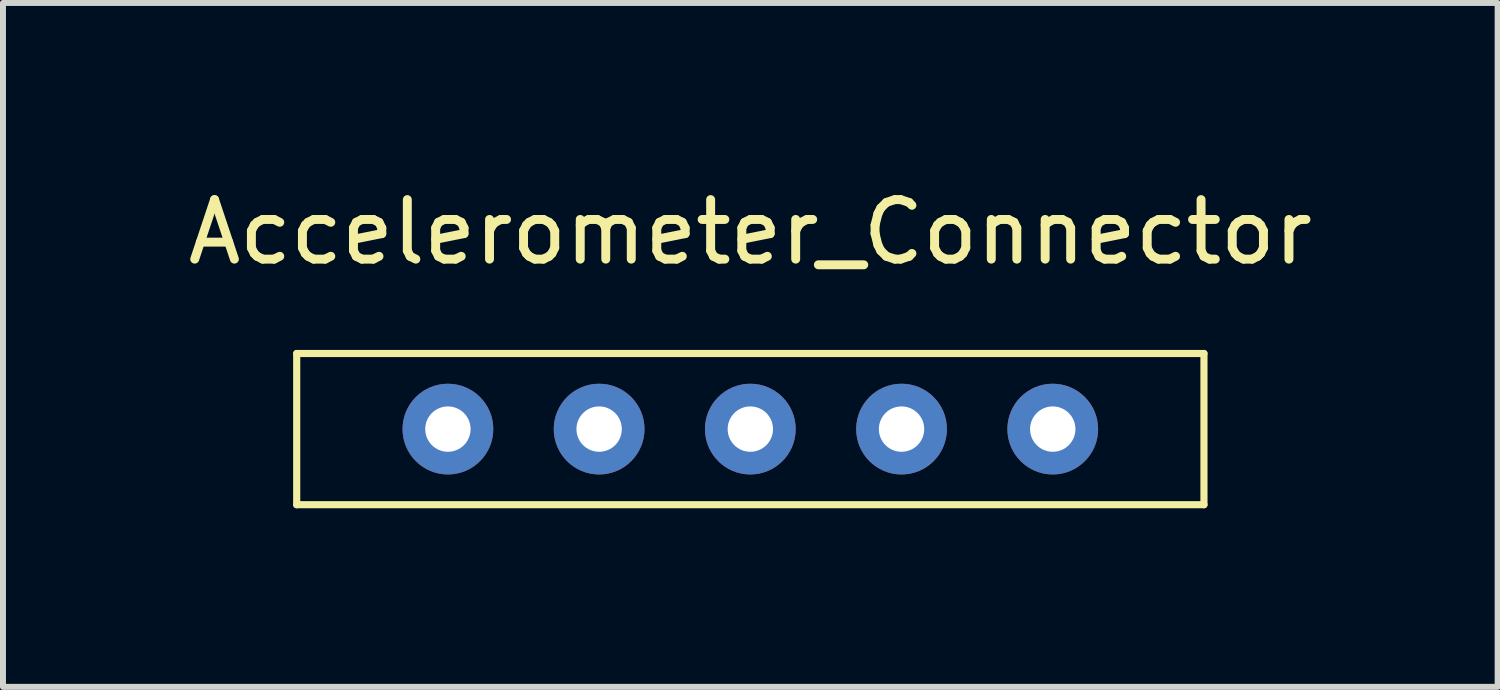
<source format=kicad_pcb>
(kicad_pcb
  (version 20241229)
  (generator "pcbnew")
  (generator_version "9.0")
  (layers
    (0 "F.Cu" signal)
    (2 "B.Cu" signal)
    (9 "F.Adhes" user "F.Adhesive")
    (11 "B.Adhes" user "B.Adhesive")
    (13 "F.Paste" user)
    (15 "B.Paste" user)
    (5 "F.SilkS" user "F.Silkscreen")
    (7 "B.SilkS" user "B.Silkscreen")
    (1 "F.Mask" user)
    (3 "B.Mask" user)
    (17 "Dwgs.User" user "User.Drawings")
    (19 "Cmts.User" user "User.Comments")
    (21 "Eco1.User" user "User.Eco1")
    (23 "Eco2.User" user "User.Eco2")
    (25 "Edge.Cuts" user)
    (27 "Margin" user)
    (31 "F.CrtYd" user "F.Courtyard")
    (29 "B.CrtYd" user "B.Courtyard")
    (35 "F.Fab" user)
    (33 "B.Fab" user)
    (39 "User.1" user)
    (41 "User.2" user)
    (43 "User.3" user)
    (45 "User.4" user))
  (footprint "Accelerometer_Connector"
    (layer "F.Cu")
    (at 9.554 0.348)
    (property "Reference" "Accelerometer_Connector" (at 0 0.5 0) (layer "F.SilkS") (effects (font (size 1 1) (thickness 0.15))))
    (attr through_hole)
    (fp_line (start -7.62 2.54) (end 7.62 2.54) (stroke (width 0.12) (type solid)) (layer "F.SilkS"))
    (fp_line (start -7.62 5.08) (end -7.62 2.54) (stroke (width 0.12) (type solid)) (layer "F.SilkS"))
    (fp_line (start 7.62 2.54) (end 7.62 5.08) (stroke (width 0.12) (type solid)) (layer "F.SilkS"))
    (fp_line (start 7.62 5.08) (end -7.62 5.08) (stroke (width 0.12) (type solid)) (layer "F.SilkS"))
    (pad "1" thru_hole circle (at -5.08 3.81) (size 1.524 1.524) (drill 0.762) (layers "*.Cu" "*.Mask"))
    (pad "2" thru_hole circle (at -2.54 3.81) (size 1.524 1.524) (drill 0.762) (layers "*.Cu" "*.Mask"))
    (pad "3" thru_hole circle (at 0 3.81) (size 1.524 1.524) (drill 0.762) (layers "*.Cu" "*.Mask"))
    (pad "4" thru_hole circle (at 2.54 3.81) (size 1.524 1.524) (drill 0.762) (layers "*.Cu" "*.Mask"))
    (pad "5" thru_hole circle (at 5.08 3.81) (size 1.524 1.524) (drill 0.762) (layers "*.Cu" "*.Mask")))
  (gr_rect
    (start -3 -3)
    (end 22.107 8.488)
    (stroke (width 0.1) (type default))
    (fill no)
    (layer "Edge.Cuts")))
</source>
